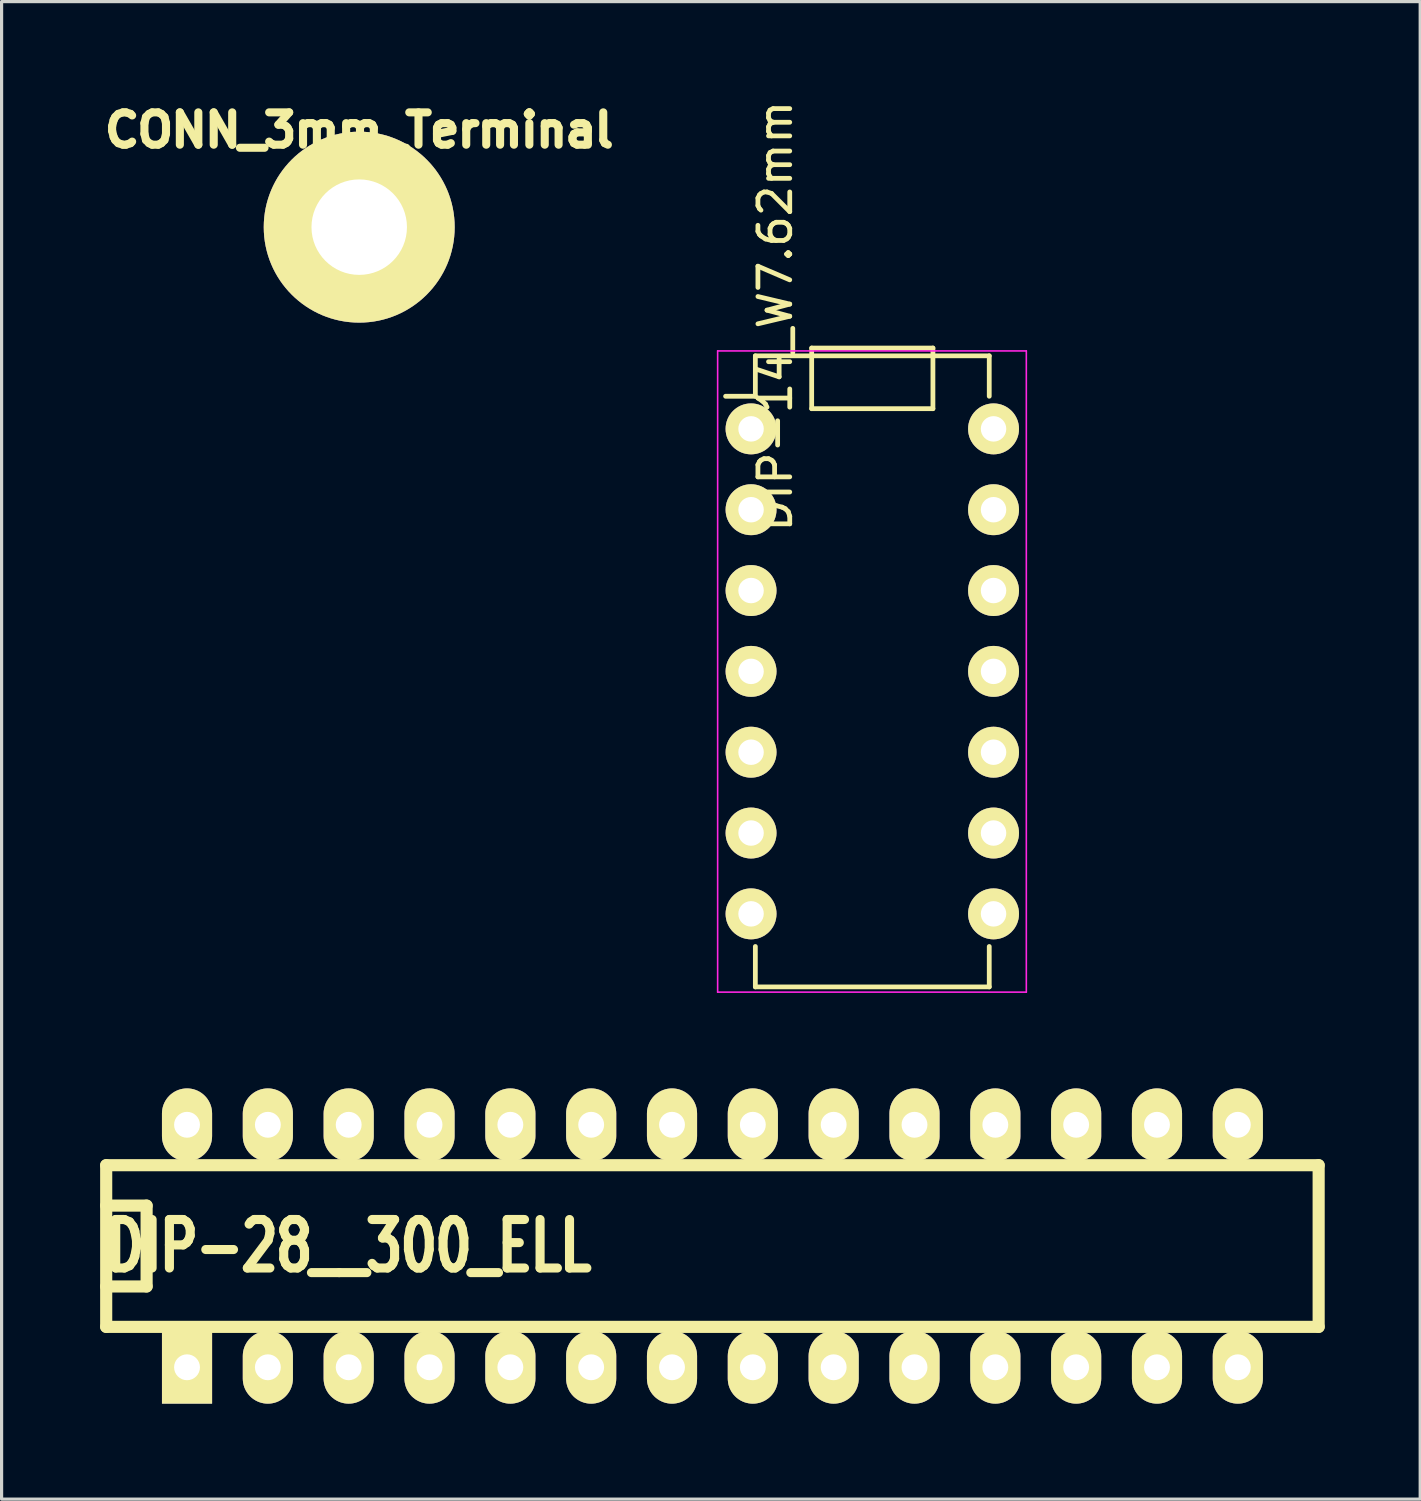
<source format=kicad_pcb>
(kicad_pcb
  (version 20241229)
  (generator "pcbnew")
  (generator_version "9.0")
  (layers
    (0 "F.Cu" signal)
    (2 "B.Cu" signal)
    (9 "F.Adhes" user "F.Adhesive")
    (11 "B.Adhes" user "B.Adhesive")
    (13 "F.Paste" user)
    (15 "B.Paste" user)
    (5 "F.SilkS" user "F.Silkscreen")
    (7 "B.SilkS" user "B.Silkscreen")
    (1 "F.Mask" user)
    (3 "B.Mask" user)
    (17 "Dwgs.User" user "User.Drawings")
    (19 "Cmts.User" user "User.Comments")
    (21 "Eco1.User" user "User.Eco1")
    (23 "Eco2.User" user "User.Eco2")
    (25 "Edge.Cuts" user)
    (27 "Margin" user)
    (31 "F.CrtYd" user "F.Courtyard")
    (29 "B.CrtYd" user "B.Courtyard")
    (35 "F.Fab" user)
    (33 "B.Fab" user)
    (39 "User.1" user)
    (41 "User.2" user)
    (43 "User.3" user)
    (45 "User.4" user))
  (footprint "CONN_3mm_Terminal"
    (layer "F.Cu")
    (at 8.238 4.088)
    (property "Reference" "CONN_3mm_Terminal" (at 0 -3.048 0) (layer "F.SilkS") (effects (font (size 1.016 1.016) (thickness 0.254))))
    (attr through_hole)
    (pad "1" thru_hole circle (at 0 0) (size 6 6) (drill 3) (layers "*.Cu" "*.Mask" "F.SilkS")))
  (footprint "DIP-14_W7.62mm"
    (layer "F.Cu")
    (at 20.551 10.427)
    (property "Reference" "DIP-14_W7.62mm" (at 0.761 -3.54 90) (layer "F.SilkS") (effects (font (size 1 1) (thickness 0.15))))
    (attr through_hole)
    (fp_line (start 0.135 -2.295) (end 0.135 -1.025) (stroke (width 0.15) (type solid)) (layer "F.SilkS"))
    (fp_line (start 0.135 -2.295) (end 7.485 -2.295) (stroke (width 0.15) (type solid)) (layer "F.SilkS"))
    (fp_line (start 0.135 -1.025) (end -0.8 -1.025) (stroke (width 0.15) (type solid)) (layer "F.SilkS"))
    (fp_line (start 0.135 17.535) (end 0.135 16.265) (stroke (width 0.15) (type solid)) (layer "F.SilkS"))
    (fp_line (start 0.135 17.535) (end 7.485 17.535) (stroke (width 0.15) (type solid)) (layer "F.SilkS"))
    (fp_line (start 1.905 -2.54) (end 5.715 -2.54) (stroke (width 0.15) (type solid)) (layer "F.SilkS"))
    (fp_line (start 1.905 -0.635) (end 1.905 -2.54) (stroke (width 0.15) (type solid)) (layer "F.SilkS"))
    (fp_line (start 5.715 -2.54) (end 5.715 -0.635) (stroke (width 0.15) (type solid)) (layer "F.SilkS"))
    (fp_line (start 5.715 -0.635) (end 1.905 -0.635) (stroke (width 0.15) (type solid)) (layer "F.SilkS"))
    (fp_line (start 7.485 -2.295) (end 7.485 -1.025) (stroke (width 0.15) (type solid)) (layer "F.SilkS"))
    (fp_line (start 7.485 17.535) (end 7.485 16.265) (stroke (width 0.15) (type solid)) (layer "F.SilkS"))
    (fp_line (start -1.05 -2.45) (end -1.05 17.7) (stroke (width 0.05) (type solid)) (layer "F.CrtYd"))
    (fp_line (start -1.05 -2.45) (end 8.65 -2.45) (stroke (width 0.05) (type solid)) (layer "F.CrtYd"))
    (fp_line (start -1.05 17.7) (end 8.65 17.7) (stroke (width 0.05) (type solid)) (layer "F.CrtYd"))
    (fp_line (start 8.65 -2.45) (end 8.65 17.7) (stroke (width 0.05) (type solid)) (layer "F.CrtYd"))
    (pad "1" thru_hole oval (at 0 0) (size 1.6 1.6) (drill 0.8) (layers "*.Cu" "*.Mask" "F.SilkS"))
    (pad "2" thru_hole oval (at 0 2.54) (size 1.6 1.6) (drill 0.8) (layers "*.Cu" "*.Mask" "F.SilkS"))
    (pad "3" thru_hole oval (at 0 5.08) (size 1.6 1.6) (drill 0.8) (layers "*.Cu" "*.Mask" "F.SilkS"))
    (pad "4" thru_hole oval (at 0 7.62) (size 1.6 1.6) (drill 0.8) (layers "*.Cu" "*.Mask" "F.SilkS"))
    (pad "5" thru_hole oval (at 0 10.16) (size 1.6 1.6) (drill 0.8) (layers "*.Cu" "*.Mask" "F.SilkS"))
    (pad "6" thru_hole oval (at 0 12.7) (size 1.6 1.6) (drill 0.8) (layers "*.Cu" "*.Mask" "F.SilkS"))
    (pad "7" thru_hole oval (at 0 15.24) (size 1.6 1.6) (drill 0.8) (layers "*.Cu" "*.Mask" "F.SilkS"))
    (pad "8" thru_hole oval (at 7.62 15.24) (size 1.6 1.6) (drill 0.8) (layers "*.Cu" "*.Mask" "F.SilkS"))
    (pad "9" thru_hole oval (at 7.62 12.7) (size 1.6 1.6) (drill 0.8) (layers "*.Cu" "*.Mask" "F.SilkS"))
    (pad "10" thru_hole oval (at 7.62 10.16) (size 1.6 1.6) (drill 0.8) (layers "*.Cu" "*.Mask" "F.SilkS"))
    (pad "11" thru_hole oval (at 7.62 7.62) (size 1.6 1.6) (drill 0.8) (layers "*.Cu" "*.Mask" "F.SilkS"))
    (pad "12" thru_hole oval (at 7.62 5.08) (size 1.6 1.6) (drill 0.8) (layers "*.Cu" "*.Mask" "F.SilkS"))
    (pad "13" thru_hole oval (at 7.62 2.54) (size 1.6 1.6) (drill 0.8) (layers "*.Cu" "*.Mask" "F.SilkS"))
    (pad "14" thru_hole oval (at 7.62 0) (size 1.6 1.6) (drill 0.8) (layers "*.Cu" "*.Mask" "F.SilkS")))
  (footprint "DIP-28__300_ELL"
    (layer "F.Cu")
    (at 19.337 36.105)
    (property "Reference" "DIP-28__300_ELL" (at -11.43 0 0) (layer "F.SilkS") (effects (font (size 1.524 1.143) (thickness 0.287))))
    (attr through_hole)
    (fp_line (start -19.05 -2.54) (end 19.05 -2.54) (stroke (width 0.381) (type solid)) (layer "F.SilkS"))
    (fp_line (start -19.05 -1.27) (end -17.78 -1.27) (stroke (width 0.381) (type solid)) (layer "F.SilkS"))
    (fp_line (start -19.05 2.54) (end -19.05 -2.54) (stroke (width 0.381) (type solid)) (layer "F.SilkS"))
    (fp_line (start -17.78 -1.27) (end -17.78 1.27) (stroke (width 0.381) (type solid)) (layer "F.SilkS"))
    (fp_line (start -17.78 1.27) (end -19.05 1.27) (stroke (width 0.381) (type solid)) (layer "F.SilkS"))
    (fp_line (start 19.05 -2.54) (end 19.05 2.54) (stroke (width 0.381) (type solid)) (layer "F.SilkS"))
    (fp_line (start 19.05 2.54) (end -19.05 2.54) (stroke (width 0.381) (type solid)) (layer "F.SilkS"))
    (pad "1" thru_hole rect (at -16.51 3.81) (size 1.575 2.286) (drill 0.813) (layers "*.Cu" "*.Mask" "F.SilkS"))
    (pad "2" thru_hole oval (at -13.97 3.81) (size 1.575 2.286) (drill 0.813) (layers "*.Cu" "*.Mask" "F.SilkS"))
    (pad "3" thru_hole oval (at -11.43 3.81) (size 1.575 2.286) (drill 0.813) (layers "*.Cu" "*.Mask" "F.SilkS"))
    (pad "4" thru_hole oval (at -8.89 3.81) (size 1.575 2.286) (drill 0.813) (layers "*.Cu" "*.Mask" "F.SilkS"))
    (pad "5" thru_hole oval (at -6.35 3.81) (size 1.575 2.286) (drill 0.813) (layers "*.Cu" "*.Mask" "F.SilkS"))
    (pad "6" thru_hole oval (at -3.81 3.81) (size 1.575 2.286) (drill 0.813) (layers "*.Cu" "*.Mask" "F.SilkS"))
    (pad "7" thru_hole oval (at -1.27 3.81) (size 1.575 2.286) (drill 0.813) (layers "*.Cu" "*.Mask" "F.SilkS"))
    (pad "8" thru_hole oval (at 1.27 3.81) (size 1.575 2.286) (drill 0.813) (layers "*.Cu" "*.Mask" "F.SilkS"))
    (pad "9" thru_hole oval (at 3.81 3.81) (size 1.575 2.286) (drill 0.813) (layers "*.Cu" "*.Mask" "F.SilkS"))
    (pad "10" thru_hole oval (at 6.35 3.81) (size 1.575 2.286) (drill 0.813) (layers "*.Cu" "*.Mask" "F.SilkS"))
    (pad "11" thru_hole oval (at 8.89 3.81) (size 1.575 2.286) (drill 0.813) (layers "*.Cu" "*.Mask" "F.SilkS"))
    (pad "12" thru_hole oval (at 11.43 3.81) (size 1.575 2.286) (drill 0.813) (layers "*.Cu" "*.Mask" "F.SilkS"))
    (pad "13" thru_hole oval (at 13.97 3.81) (size 1.575 2.286) (drill 0.813) (layers "*.Cu" "*.Mask" "F.SilkS"))
    (pad "14" thru_hole oval (at 16.51 3.81) (size 1.575 2.286) (drill 0.813) (layers "*.Cu" "*.Mask" "F.SilkS"))
    (pad "15" thru_hole oval (at 16.51 -3.81) (size 1.575 2.286) (drill 0.813) (layers "*.Cu" "*.Mask" "F.SilkS"))
    (pad "16" thru_hole oval (at 13.97 -3.81) (size 1.575 2.286) (drill 0.813) (layers "*.Cu" "*.Mask" "F.SilkS"))
    (pad "17" thru_hole oval (at 11.43 -3.81) (size 1.575 2.286) (drill 0.813) (layers "*.Cu" "*.Mask" "F.SilkS"))
    (pad "18" thru_hole oval (at 8.89 -3.81) (size 1.575 2.286) (drill 0.813) (layers "*.Cu" "*.Mask" "F.SilkS"))
    (pad "19" thru_hole oval (at 6.35 -3.81) (size 1.575 2.286) (drill 0.813) (layers "*.Cu" "*.Mask" "F.SilkS"))
    (pad "20" thru_hole oval (at 3.81 -3.81) (size 1.575 2.286) (drill 0.813) (layers "*.Cu" "*.Mask" "F.SilkS"))
    (pad "21" thru_hole oval (at 1.27 -3.81) (size 1.575 2.286) (drill 0.813) (layers "*.Cu" "*.Mask" "F.SilkS"))
    (pad "22" thru_hole oval (at -1.27 -3.81) (size 1.575 2.286) (drill 0.813) (layers "*.Cu" "*.Mask" "F.SilkS"))
    (pad "23" thru_hole oval (at -3.81 -3.81) (size 1.575 2.286) (drill 0.813) (layers "*.Cu" "*.Mask" "F.SilkS"))
    (pad "24" thru_hole oval (at -6.35 -3.81) (size 1.575 2.286) (drill 0.813) (layers "*.Cu" "*.Mask" "F.SilkS"))
    (pad "25" thru_hole oval (at -8.89 -3.81) (size 1.575 2.286) (drill 0.813) (layers "*.Cu" "*.Mask" "F.SilkS"))
    (pad "26" thru_hole oval (at -11.43 -3.81) (size 1.575 2.286) (drill 0.813) (layers "*.Cu" "*.Mask" "F.SilkS"))
    (pad "27" thru_hole oval (at -13.97 -3.81) (size 1.575 2.286) (drill 0.813) (layers "*.Cu" "*.Mask" "F.SilkS"))
    (pad "28" thru_hole oval (at -16.51 -3.81) (size 1.575 2.286) (drill 0.813) (layers "*.Cu" "*.Mask" "F.SilkS")))
  (gr_rect
    (start -3 -3)
    (end 41.578 44.058)
    (stroke (width 0.1) (type default))
    (fill no)
    (layer "Edge.Cuts")))
</source>
